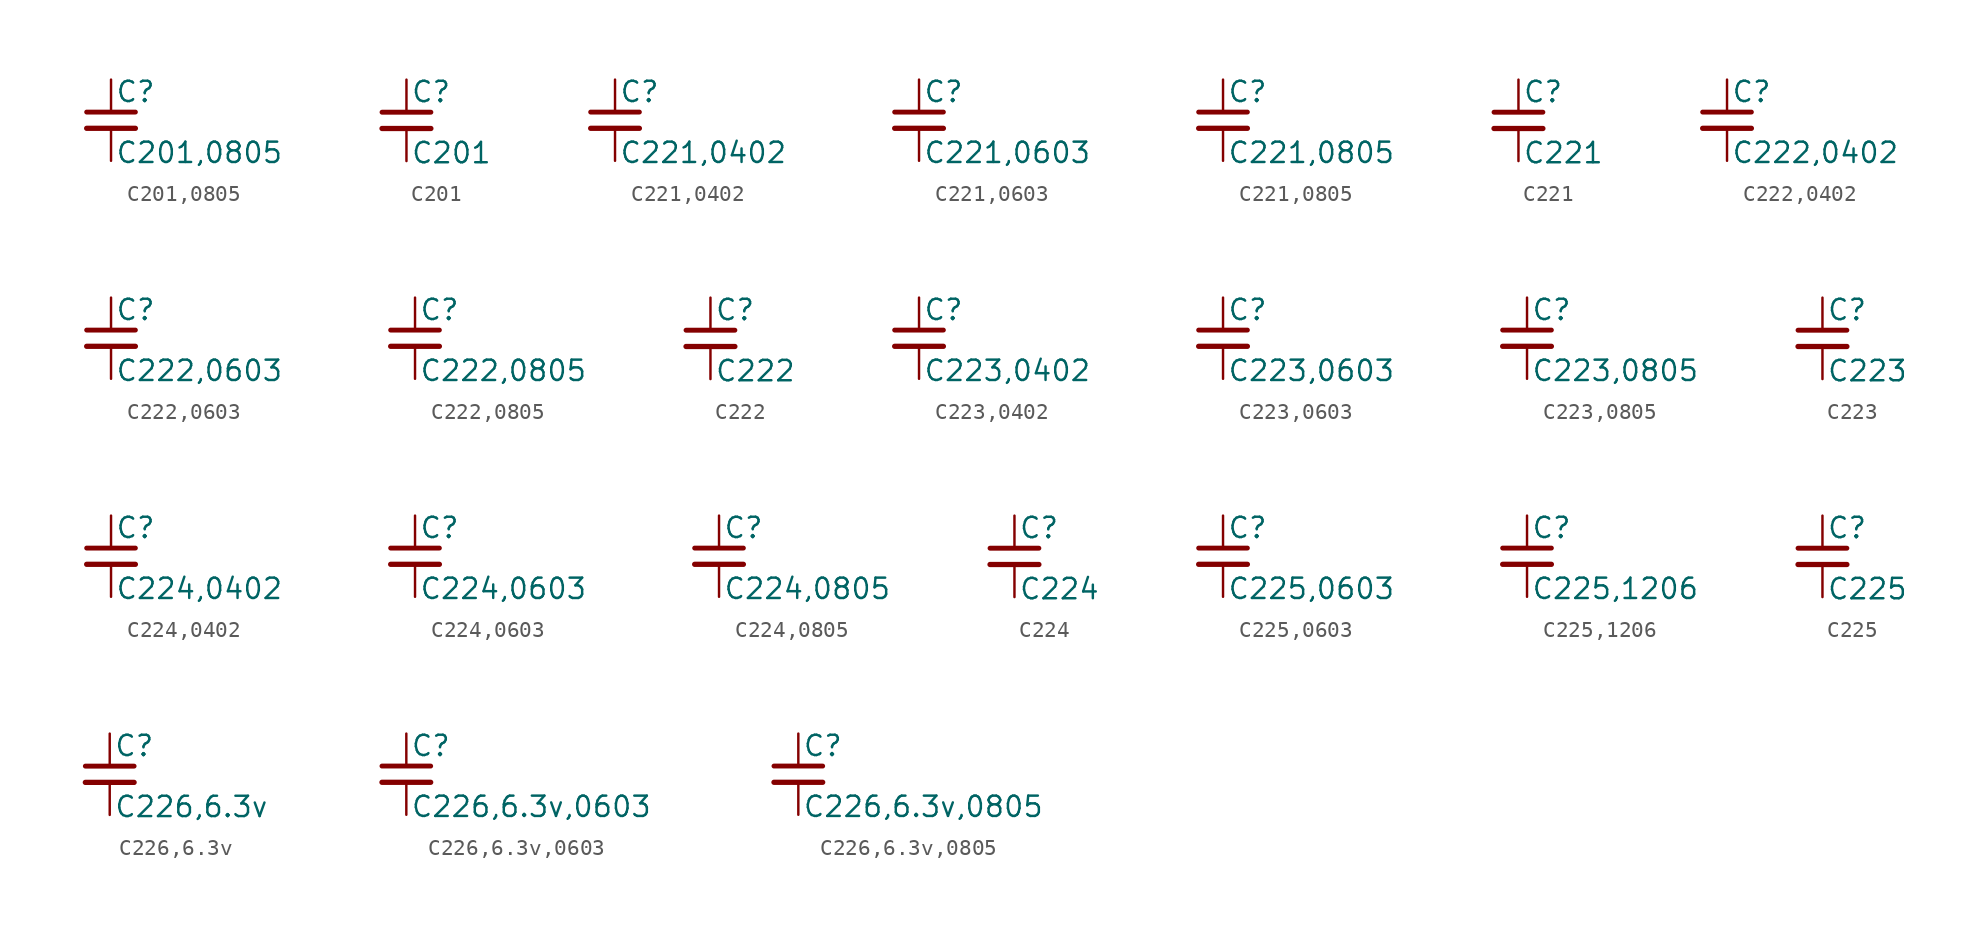
<source format=kicad_sym>
(kicad_symbol_lib
  (version 20211014)
  (generator kicad_symbol_editor)
  (symbol "C201,0805"
    (pin_numbers hide)
    (pin_names
      (offset 0.254) hide)
    (property "Reference" "C"
      (at 0.254 1.778 0)
      (effects (font (size 1.27 1.27)) (justify left)))
    (property "Value" "C201,0805"
      (at 0.254 -2.032 0)
      (effects (font (size 1.27 1.27)) (justify left)))
    (symbol "C201,0805_0_1"
      (polyline (pts (xy -1.524 -0.508) (xy 1.524 -0.508)) (stroke (width 0.33) (type default) (color 0 0 0 0)) (fill (type none)))
      (polyline (pts (xy -1.524 0.508) (xy 1.524 0.508)) (stroke (width 0.305) (type default) (color 0 0 0 0)) (fill (type none))))
    (symbol "C201,0805_1_1"
      (pin passive line (at 0 2.54 270) (length 2.032) (name "~" (effects (font (size 1.27 1.27)))) (number "1" (effects (font (size 1.27 1.27)))))
      (pin passive line (at 0 -2.54 90) (length 2.032) (name "~" (effects (font (size 1.27 1.27)))) (number "2" (effects (font (size 1.27 1.27)))))))
  (symbol "C201"
    (pin_numbers hide)
    (pin_names
      (offset 0.254) hide)
    (property "Reference" "C"
      (at 0.254 1.778 0)
      (effects (font (size 1.27 1.27)) (justify left)))
    (property "Value" "C201"
      (at 0.254 -2.032 0)
      (effects (font (size 1.27 1.27)) (justify left)))
    (symbol "C201_0_1"
      (polyline (pts (xy -1.524 -0.508) (xy 1.524 -0.508)) (stroke (width 0.33) (type default) (color 0 0 0 0)) (fill (type none)))
      (polyline (pts (xy -1.524 0.508) (xy 1.524 0.508)) (stroke (width 0.305) (type default) (color 0 0 0 0)) (fill (type none))))
    (symbol "C201_1_1"
      (pin passive line (at 0 2.54 270) (length 2.032) (name "~" (effects (font (size 1.27 1.27)))) (number "1" (effects (font (size 1.27 1.27)))))
      (pin passive line (at 0 -2.54 90) (length 2.032) (name "~" (effects (font (size 1.27 1.27)))) (number "2" (effects (font (size 1.27 1.27)))))))
  (symbol "C221,0402"
    (pin_numbers hide)
    (pin_names
      (offset 0.254) hide)
    (property "Reference" "C"
      (at 0.254 1.778 0)
      (effects (font (size 1.27 1.27)) (justify left)))
    (property "Value" "C221,0402"
      (at 0.254 -2.032 0)
      (effects (font (size 1.27 1.27)) (justify left)))
    (symbol "C221,0402_0_1"
      (polyline (pts (xy -1.524 -0.508) (xy 1.524 -0.508)) (stroke (width 0.33) (type default) (color 0 0 0 0)) (fill (type none)))
      (polyline (pts (xy -1.524 0.508) (xy 1.524 0.508)) (stroke (width 0.305) (type default) (color 0 0 0 0)) (fill (type none))))
    (symbol "C221,0402_1_1"
      (pin passive line (at 0 2.54 270) (length 2.032) (name "~" (effects (font (size 1.27 1.27)))) (number "1" (effects (font (size 1.27 1.27)))))
      (pin passive line (at 0 -2.54 90) (length 2.032) (name "~" (effects (font (size 1.27 1.27)))) (number "2" (effects (font (size 1.27 1.27)))))))
  (symbol "C221,0603"
    (pin_numbers hide)
    (pin_names
      (offset 0.254) hide)
    (property "Reference" "C"
      (at 0.254 1.778 0)
      (effects (font (size 1.27 1.27)) (justify left)))
    (property "Value" "C221,0603"
      (at 0.254 -2.032 0)
      (effects (font (size 1.27 1.27)) (justify left)))
    (symbol "C221,0603_0_1"
      (polyline (pts (xy -1.524 -0.508) (xy 1.524 -0.508)) (stroke (width 0.33) (type default) (color 0 0 0 0)) (fill (type none)))
      (polyline (pts (xy -1.524 0.508) (xy 1.524 0.508)) (stroke (width 0.305) (type default) (color 0 0 0 0)) (fill (type none))))
    (symbol "C221,0603_1_1"
      (pin passive line (at 0 2.54 270) (length 2.032) (name "~" (effects (font (size 1.27 1.27)))) (number "1" (effects (font (size 1.27 1.27)))))
      (pin passive line (at 0 -2.54 90) (length 2.032) (name "~" (effects (font (size 1.27 1.27)))) (number "2" (effects (font (size 1.27 1.27)))))))
  (symbol "C221,0805"
    (pin_numbers hide)
    (pin_names
      (offset 0.254) hide)
    (property "Reference" "C"
      (at 0.254 1.778 0)
      (effects (font (size 1.27 1.27)) (justify left)))
    (property "Value" "C221,0805"
      (at 0.254 -2.032 0)
      (effects (font (size 1.27 1.27)) (justify left)))
    (symbol "C221,0805_0_1"
      (polyline (pts (xy -1.524 -0.508) (xy 1.524 -0.508)) (stroke (width 0.33) (type default) (color 0 0 0 0)) (fill (type none)))
      (polyline (pts (xy -1.524 0.508) (xy 1.524 0.508)) (stroke (width 0.305) (type default) (color 0 0 0 0)) (fill (type none))))
    (symbol "C221,0805_1_1"
      (pin passive line (at 0 2.54 270) (length 2.032) (name "~" (effects (font (size 1.27 1.27)))) (number "1" (effects (font (size 1.27 1.27)))))
      (pin passive line (at 0 -2.54 90) (length 2.032) (name "~" (effects (font (size 1.27 1.27)))) (number "2" (effects (font (size 1.27 1.27)))))))
  (symbol "C221"
    (pin_numbers hide)
    (pin_names
      (offset 0.254) hide)
    (property "Reference" "C"
      (at 0.254 1.778 0)
      (effects (font (size 1.27 1.27)) (justify left)))
    (property "Value" "C221"
      (at 0.254 -2.032 0)
      (effects (font (size 1.27 1.27)) (justify left)))
    (symbol "C221_0_1"
      (polyline (pts (xy -1.524 -0.508) (xy 1.524 -0.508)) (stroke (width 0.33) (type default) (color 0 0 0 0)) (fill (type none)))
      (polyline (pts (xy -1.524 0.508) (xy 1.524 0.508)) (stroke (width 0.305) (type default) (color 0 0 0 0)) (fill (type none))))
    (symbol "C221_1_1"
      (pin passive line (at 0 2.54 270) (length 2.032) (name "~" (effects (font (size 1.27 1.27)))) (number "1" (effects (font (size 1.27 1.27)))))
      (pin passive line (at 0 -2.54 90) (length 2.032) (name "~" (effects (font (size 1.27 1.27)))) (number "2" (effects (font (size 1.27 1.27)))))))
  (symbol "C222,0402"
    (pin_numbers hide)
    (pin_names
      (offset 0.254) hide)
    (property "Reference" "C"
      (at 0.254 1.778 0)
      (effects (font (size 1.27 1.27)) (justify left)))
    (property "Value" "C222,0402"
      (at 0.254 -2.032 0)
      (effects (font (size 1.27 1.27)) (justify left)))
    (symbol "C222,0402_0_1"
      (polyline (pts (xy -1.524 -0.508) (xy 1.524 -0.508)) (stroke (width 0.33) (type default) (color 0 0 0 0)) (fill (type none)))
      (polyline (pts (xy -1.524 0.508) (xy 1.524 0.508)) (stroke (width 0.305) (type default) (color 0 0 0 0)) (fill (type none))))
    (symbol "C222,0402_1_1"
      (pin passive line (at 0 2.54 270) (length 2.032) (name "~" (effects (font (size 1.27 1.27)))) (number "1" (effects (font (size 1.27 1.27)))))
      (pin passive line (at 0 -2.54 90) (length 2.032) (name "~" (effects (font (size 1.27 1.27)))) (number "2" (effects (font (size 1.27 1.27)))))))
  (symbol "C222,0603"
    (pin_numbers hide)
    (pin_names
      (offset 0.254) hide)
    (property "Reference" "C"
      (at 0.254 1.778 0)
      (effects (font (size 1.27 1.27)) (justify left)))
    (property "Value" "C222,0603"
      (at 0.254 -2.032 0)
      (effects (font (size 1.27 1.27)) (justify left)))
    (symbol "C222,0603_0_1"
      (polyline (pts (xy -1.524 -0.508) (xy 1.524 -0.508)) (stroke (width 0.33) (type default) (color 0 0 0 0)) (fill (type none)))
      (polyline (pts (xy -1.524 0.508) (xy 1.524 0.508)) (stroke (width 0.305) (type default) (color 0 0 0 0)) (fill (type none))))
    (symbol "C222,0603_1_1"
      (pin passive line (at 0 2.54 270) (length 2.032) (name "~" (effects (font (size 1.27 1.27)))) (number "1" (effects (font (size 1.27 1.27)))))
      (pin passive line (at 0 -2.54 90) (length 2.032) (name "~" (effects (font (size 1.27 1.27)))) (number "2" (effects (font (size 1.27 1.27)))))))
  (symbol "C222,0805"
    (pin_numbers hide)
    (pin_names
      (offset 0.254) hide)
    (property "Reference" "C"
      (at 0.254 1.778 0)
      (effects (font (size 1.27 1.27)) (justify left)))
    (property "Value" "C222,0805"
      (at 0.254 -2.032 0)
      (effects (font (size 1.27 1.27)) (justify left)))
    (symbol "C222,0805_0_1"
      (polyline (pts (xy -1.524 -0.508) (xy 1.524 -0.508)) (stroke (width 0.33) (type default) (color 0 0 0 0)) (fill (type none)))
      (polyline (pts (xy -1.524 0.508) (xy 1.524 0.508)) (stroke (width 0.305) (type default) (color 0 0 0 0)) (fill (type none))))
    (symbol "C222,0805_1_1"
      (pin passive line (at 0 2.54 270) (length 2.032) (name "~" (effects (font (size 1.27 1.27)))) (number "1" (effects (font (size 1.27 1.27)))))
      (pin passive line (at 0 -2.54 90) (length 2.032) (name "~" (effects (font (size 1.27 1.27)))) (number "2" (effects (font (size 1.27 1.27)))))))
  (symbol "C222"
    (pin_numbers hide)
    (pin_names
      (offset 0.254) hide)
    (property "Reference" "C"
      (at 0.254 1.778 0)
      (effects (font (size 1.27 1.27)) (justify left)))
    (property "Value" "C222"
      (at 0.254 -2.032 0)
      (effects (font (size 1.27 1.27)) (justify left)))
    (symbol "C222_0_1"
      (polyline (pts (xy -1.524 -0.508) (xy 1.524 -0.508)) (stroke (width 0.33) (type default) (color 0 0 0 0)) (fill (type none)))
      (polyline (pts (xy -1.524 0.508) (xy 1.524 0.508)) (stroke (width 0.305) (type default) (color 0 0 0 0)) (fill (type none))))
    (symbol "C222_1_1"
      (pin passive line (at 0 2.54 270) (length 2.032) (name "~" (effects (font (size 1.27 1.27)))) (number "1" (effects (font (size 1.27 1.27)))))
      (pin passive line (at 0 -2.54 90) (length 2.032) (name "~" (effects (font (size 1.27 1.27)))) (number "2" (effects (font (size 1.27 1.27)))))))
  (symbol "C223,0402"
    (pin_numbers hide)
    (pin_names
      (offset 0.254) hide)
    (property "Reference" "C"
      (at 0.254 1.778 0)
      (effects (font (size 1.27 1.27)) (justify left)))
    (property "Value" "C223,0402"
      (at 0.254 -2.032 0)
      (effects (font (size 1.27 1.27)) (justify left)))
    (symbol "C223,0402_0_1"
      (polyline (pts (xy -1.524 -0.508) (xy 1.524 -0.508)) (stroke (width 0.33) (type default) (color 0 0 0 0)) (fill (type none)))
      (polyline (pts (xy -1.524 0.508) (xy 1.524 0.508)) (stroke (width 0.305) (type default) (color 0 0 0 0)) (fill (type none))))
    (symbol "C223,0402_1_1"
      (pin passive line (at 0 2.54 270) (length 2.032) (name "~" (effects (font (size 1.27 1.27)))) (number "1" (effects (font (size 1.27 1.27)))))
      (pin passive line (at 0 -2.54 90) (length 2.032) (name "~" (effects (font (size 1.27 1.27)))) (number "2" (effects (font (size 1.27 1.27)))))))
  (symbol "C223,0603"
    (pin_numbers hide)
    (pin_names
      (offset 0.254) hide)
    (property "Reference" "C"
      (at 0.254 1.778 0)
      (effects (font (size 1.27 1.27)) (justify left)))
    (property "Value" "C223,0603"
      (at 0.254 -2.032 0)
      (effects (font (size 1.27 1.27)) (justify left)))
    (symbol "C223,0603_0_1"
      (polyline (pts (xy -1.524 -0.508) (xy 1.524 -0.508)) (stroke (width 0.33) (type default) (color 0 0 0 0)) (fill (type none)))
      (polyline (pts (xy -1.524 0.508) (xy 1.524 0.508)) (stroke (width 0.305) (type default) (color 0 0 0 0)) (fill (type none))))
    (symbol "C223,0603_1_1"
      (pin passive line (at 0 2.54 270) (length 2.032) (name "~" (effects (font (size 1.27 1.27)))) (number "1" (effects (font (size 1.27 1.27)))))
      (pin passive line (at 0 -2.54 90) (length 2.032) (name "~" (effects (font (size 1.27 1.27)))) (number "2" (effects (font (size 1.27 1.27)))))))
  (symbol "C223,0805"
    (pin_numbers hide)
    (pin_names
      (offset 0.254) hide)
    (property "Reference" "C"
      (at 0.254 1.778 0)
      (effects (font (size 1.27 1.27)) (justify left)))
    (property "Value" "C223,0805"
      (at 0.254 -2.032 0)
      (effects (font (size 1.27 1.27)) (justify left)))
    (symbol "C223,0805_0_1"
      (polyline (pts (xy -1.524 -0.508) (xy 1.524 -0.508)) (stroke (width 0.33) (type default) (color 0 0 0 0)) (fill (type none)))
      (polyline (pts (xy -1.524 0.508) (xy 1.524 0.508)) (stroke (width 0.305) (type default) (color 0 0 0 0)) (fill (type none))))
    (symbol "C223,0805_1_1"
      (pin passive line (at 0 2.54 270) (length 2.032) (name "~" (effects (font (size 1.27 1.27)))) (number "1" (effects (font (size 1.27 1.27)))))
      (pin passive line (at 0 -2.54 90) (length 2.032) (name "~" (effects (font (size 1.27 1.27)))) (number "2" (effects (font (size 1.27 1.27)))))))
  (symbol "C223"
    (pin_numbers hide)
    (pin_names
      (offset 0.254) hide)
    (property "Reference" "C"
      (at 0.254 1.778 0)
      (effects (font (size 1.27 1.27)) (justify left)))
    (property "Value" "C223"
      (at 0.254 -2.032 0)
      (effects (font (size 1.27 1.27)) (justify left)))
    (symbol "C223_0_1"
      (polyline (pts (xy -1.524 -0.508) (xy 1.524 -0.508)) (stroke (width 0.33) (type default) (color 0 0 0 0)) (fill (type none)))
      (polyline (pts (xy -1.524 0.508) (xy 1.524 0.508)) (stroke (width 0.305) (type default) (color 0 0 0 0)) (fill (type none))))
    (symbol "C223_1_1"
      (pin passive line (at 0 2.54 270) (length 2.032) (name "~" (effects (font (size 1.27 1.27)))) (number "1" (effects (font (size 1.27 1.27)))))
      (pin passive line (at 0 -2.54 90) (length 2.032) (name "~" (effects (font (size 1.27 1.27)))) (number "2" (effects (font (size 1.27 1.27)))))))
  (symbol "C224,0402"
    (pin_numbers hide)
    (pin_names
      (offset 0.254) hide)
    (property "Reference" "C"
      (at 0.254 1.778 0)
      (effects (font (size 1.27 1.27)) (justify left)))
    (property "Value" "C224,0402"
      (at 0.254 -2.032 0)
      (effects (font (size 1.27 1.27)) (justify left)))
    (symbol "C224,0402_0_1"
      (polyline (pts (xy -1.524 -0.508) (xy 1.524 -0.508)) (stroke (width 0.33) (type default) (color 0 0 0 0)) (fill (type none)))
      (polyline (pts (xy -1.524 0.508) (xy 1.524 0.508)) (stroke (width 0.305) (type default) (color 0 0 0 0)) (fill (type none))))
    (symbol "C224,0402_1_1"
      (pin passive line (at 0 2.54 270) (length 2.032) (name "~" (effects (font (size 1.27 1.27)))) (number "1" (effects (font (size 1.27 1.27)))))
      (pin passive line (at 0 -2.54 90) (length 2.032) (name "~" (effects (font (size 1.27 1.27)))) (number "2" (effects (font (size 1.27 1.27)))))))
  (symbol "C224,0603"
    (pin_numbers hide)
    (pin_names
      (offset 0.254) hide)
    (property "Reference" "C"
      (at 0.254 1.778 0)
      (effects (font (size 1.27 1.27)) (justify left)))
    (property "Value" "C224,0603"
      (at 0.254 -2.032 0)
      (effects (font (size 1.27 1.27)) (justify left)))
    (symbol "C224,0603_0_1"
      (polyline (pts (xy -1.524 -0.508) (xy 1.524 -0.508)) (stroke (width 0.33) (type default) (color 0 0 0 0)) (fill (type none)))
      (polyline (pts (xy -1.524 0.508) (xy 1.524 0.508)) (stroke (width 0.305) (type default) (color 0 0 0 0)) (fill (type none))))
    (symbol "C224,0603_1_1"
      (pin passive line (at 0 2.54 270) (length 2.032) (name "~" (effects (font (size 1.27 1.27)))) (number "1" (effects (font (size 1.27 1.27)))))
      (pin passive line (at 0 -2.54 90) (length 2.032) (name "~" (effects (font (size 1.27 1.27)))) (number "2" (effects (font (size 1.27 1.27)))))))
  (symbol "C224,0805"
    (pin_numbers hide)
    (pin_names
      (offset 0.254) hide)
    (property "Reference" "C"
      (at 0.254 1.778 0)
      (effects (font (size 1.27 1.27)) (justify left)))
    (property "Value" "C224,0805"
      (at 0.254 -2.032 0)
      (effects (font (size 1.27 1.27)) (justify left)))
    (symbol "C224,0805_0_1"
      (polyline (pts (xy -1.524 -0.508) (xy 1.524 -0.508)) (stroke (width 0.33) (type default) (color 0 0 0 0)) (fill (type none)))
      (polyline (pts (xy -1.524 0.508) (xy 1.524 0.508)) (stroke (width 0.305) (type default) (color 0 0 0 0)) (fill (type none))))
    (symbol "C224,0805_1_1"
      (pin passive line (at 0 2.54 270) (length 2.032) (name "~" (effects (font (size 1.27 1.27)))) (number "1" (effects (font (size 1.27 1.27)))))
      (pin passive line (at 0 -2.54 90) (length 2.032) (name "~" (effects (font (size 1.27 1.27)))) (number "2" (effects (font (size 1.27 1.27)))))))
  (symbol "C224"
    (pin_numbers hide)
    (pin_names
      (offset 0.254) hide)
    (property "Reference" "C"
      (at 0.254 1.778 0)
      (effects (font (size 1.27 1.27)) (justify left)))
    (property "Value" "C224"
      (at 0.254 -2.032 0)
      (effects (font (size 1.27 1.27)) (justify left)))
    (symbol "C224_0_1"
      (polyline (pts (xy -1.524 -0.508) (xy 1.524 -0.508)) (stroke (width 0.33) (type default) (color 0 0 0 0)) (fill (type none)))
      (polyline (pts (xy -1.524 0.508) (xy 1.524 0.508)) (stroke (width 0.305) (type default) (color 0 0 0 0)) (fill (type none))))
    (symbol "C224_1_1"
      (pin passive line (at 0 2.54 270) (length 2.032) (name "~" (effects (font (size 1.27 1.27)))) (number "1" (effects (font (size 1.27 1.27)))))
      (pin passive line (at 0 -2.54 90) (length 2.032) (name "~" (effects (font (size 1.27 1.27)))) (number "2" (effects (font (size 1.27 1.27)))))))
  (symbol "C225,0603"
    (pin_numbers hide)
    (pin_names
      (offset 0.254) hide)
    (property "Reference" "C"
      (at 0.254 1.778 0)
      (effects (font (size 1.27 1.27)) (justify left)))
    (property "Value" "C225,0603"
      (at 0.254 -2.032 0)
      (effects (font (size 1.27 1.27)) (justify left)))
    (symbol "C225,0603_0_1"
      (polyline (pts (xy -1.524 -0.508) (xy 1.524 -0.508)) (stroke (width 0.33) (type default) (color 0 0 0 0)) (fill (type none)))
      (polyline (pts (xy -1.524 0.508) (xy 1.524 0.508)) (stroke (width 0.305) (type default) (color 0 0 0 0)) (fill (type none))))
    (symbol "C225,0603_1_1"
      (pin passive line (at 0 2.54 270) (length 2.032) (name "~" (effects (font (size 1.27 1.27)))) (number "1" (effects (font (size 1.27 1.27)))))
      (pin passive line (at 0 -2.54 90) (length 2.032) (name "~" (effects (font (size 1.27 1.27)))) (number "2" (effects (font (size 1.27 1.27)))))))
  (symbol "C225,1206"
    (pin_numbers hide)
    (pin_names
      (offset 0.254) hide)
    (property "Reference" "C"
      (at 0.254 1.778 0)
      (effects (font (size 1.27 1.27)) (justify left)))
    (property "Value" "C225,1206"
      (at 0.254 -2.032 0)
      (effects (font (size 1.27 1.27)) (justify left)))
    (symbol "C225,1206_0_1"
      (polyline (pts (xy -1.524 -0.508) (xy 1.524 -0.508)) (stroke (width 0.33) (type default) (color 0 0 0 0)) (fill (type none)))
      (polyline (pts (xy -1.524 0.508) (xy 1.524 0.508)) (stroke (width 0.305) (type default) (color 0 0 0 0)) (fill (type none))))
    (symbol "C225,1206_1_1"
      (pin passive line (at 0 2.54 270) (length 2.032) (name "~" (effects (font (size 1.27 1.27)))) (number "1" (effects (font (size 1.27 1.27)))))
      (pin passive line (at 0 -2.54 90) (length 2.032) (name "~" (effects (font (size 1.27 1.27)))) (number "2" (effects (font (size 1.27 1.27)))))))
  (symbol "C225"
    (pin_numbers hide)
    (pin_names
      (offset 0.254) hide)
    (property "Reference" "C"
      (at 0.254 1.778 0)
      (effects (font (size 1.27 1.27)) (justify left)))
    (property "Value" "C225"
      (at 0.254 -2.032 0)
      (effects (font (size 1.27 1.27)) (justify left)))
    (symbol "C225_0_1"
      (polyline (pts (xy -1.524 -0.508) (xy 1.524 -0.508)) (stroke (width 0.33) (type default) (color 0 0 0 0)) (fill (type none)))
      (polyline (pts (xy -1.524 0.508) (xy 1.524 0.508)) (stroke (width 0.305) (type default) (color 0 0 0 0)) (fill (type none))))
    (symbol "C225_1_1"
      (pin passive line (at 0 2.54 270) (length 2.032) (name "~" (effects (font (size 1.27 1.27)))) (number "1" (effects (font (size 1.27 1.27)))))
      (pin passive line (at 0 -2.54 90) (length 2.032) (name "~" (effects (font (size 1.27 1.27)))) (number "2" (effects (font (size 1.27 1.27)))))))
  (symbol "C226,6.3v"
    (pin_numbers hide)
    (pin_names
      (offset 0.254) hide)
    (property "Reference" "C"
      (at 0.254 1.778 0)
      (effects (font (size 1.27 1.27)) (justify left)))
    (property "Value" "C226,6.3v"
      (at 0.254 -2.032 0)
      (effects (font (size 1.27 1.27)) (justify left)))
    (symbol "C226,6.3v_0_1"
      (polyline (pts (xy -1.524 -0.508) (xy 1.524 -0.508)) (stroke (width 0.33) (type default) (color 0 0 0 0)) (fill (type none)))
      (polyline (pts (xy -1.524 0.508) (xy 1.524 0.508)) (stroke (width 0.305) (type default) (color 0 0 0 0)) (fill (type none))))
    (symbol "C226,6.3v_1_1"
      (pin passive line (at 0 2.54 270) (length 2.032) (name "~" (effects (font (size 1.27 1.27)))) (number "1" (effects (font (size 1.27 1.27)))))
      (pin passive line (at 0 -2.54 90) (length 2.032) (name "~" (effects (font (size 1.27 1.27)))) (number "2" (effects (font (size 1.27 1.27)))))))
  (symbol "C226,6.3v,0603"
    (pin_numbers hide)
    (pin_names
      (offset 0.254) hide)
    (property "Reference" "C"
      (at 0.254 1.778 0)
      (effects (font (size 1.27 1.27)) (justify left)))
    (property "Value" "C226,6.3v,0603"
      (at 0.254 -2.032 0)
      (effects (font (size 1.27 1.27)) (justify left)))
    (symbol "C226,6.3v,0603_0_1"
      (polyline (pts (xy -1.524 -0.508) (xy 1.524 -0.508)) (stroke (width 0.33) (type default) (color 0 0 0 0)) (fill (type none)))
      (polyline (pts (xy -1.524 0.508) (xy 1.524 0.508)) (stroke (width 0.305) (type default) (color 0 0 0 0)) (fill (type none))))
    (symbol "C226,6.3v,0603_1_1"
      (pin passive line (at 0 2.54 270) (length 2.032) (name "~" (effects (font (size 1.27 1.27)))) (number "1" (effects (font (size 1.27 1.27)))))
      (pin passive line (at 0 -2.54 90) (length 2.032) (name "~" (effects (font (size 1.27 1.27)))) (number "2" (effects (font (size 1.27 1.27)))))))
  (symbol "C226,6.3v,0805"
    (pin_numbers hide)
    (pin_names
      (offset 0.254) hide)
    (property "Reference" "C"
      (at 0.254 1.778 0)
      (effects (font (size 1.27 1.27)) (justify left)))
    (property "Value" "C226,6.3v,0805"
      (at 0.254 -2.032 0)
      (effects (font (size 1.27 1.27)) (justify left)))
    (symbol "C226,6.3v,0805_0_1"
      (polyline (pts (xy -1.524 -0.508) (xy 1.524 -0.508)) (stroke (width 0.33) (type default) (color 0 0 0 0)) (fill (type none)))
      (polyline (pts (xy -1.524 0.508) (xy 1.524 0.508)) (stroke (width 0.305) (type default) (color 0 0 0 0)) (fill (type none))))
    (symbol "C226,6.3v,0805_1_1"
      (pin passive line (at 0 2.54 270) (length 2.032) (name "~" (effects (font (size 1.27 1.27)))) (number "1" (effects (font (size 1.27 1.27)))))
      (pin passive line (at 0 -2.54 90) (length 2.032) (name "~" (effects (font (size 1.27 1.27)))) (number "2" (effects (font (size 1.27 1.27))))))))
</source>
